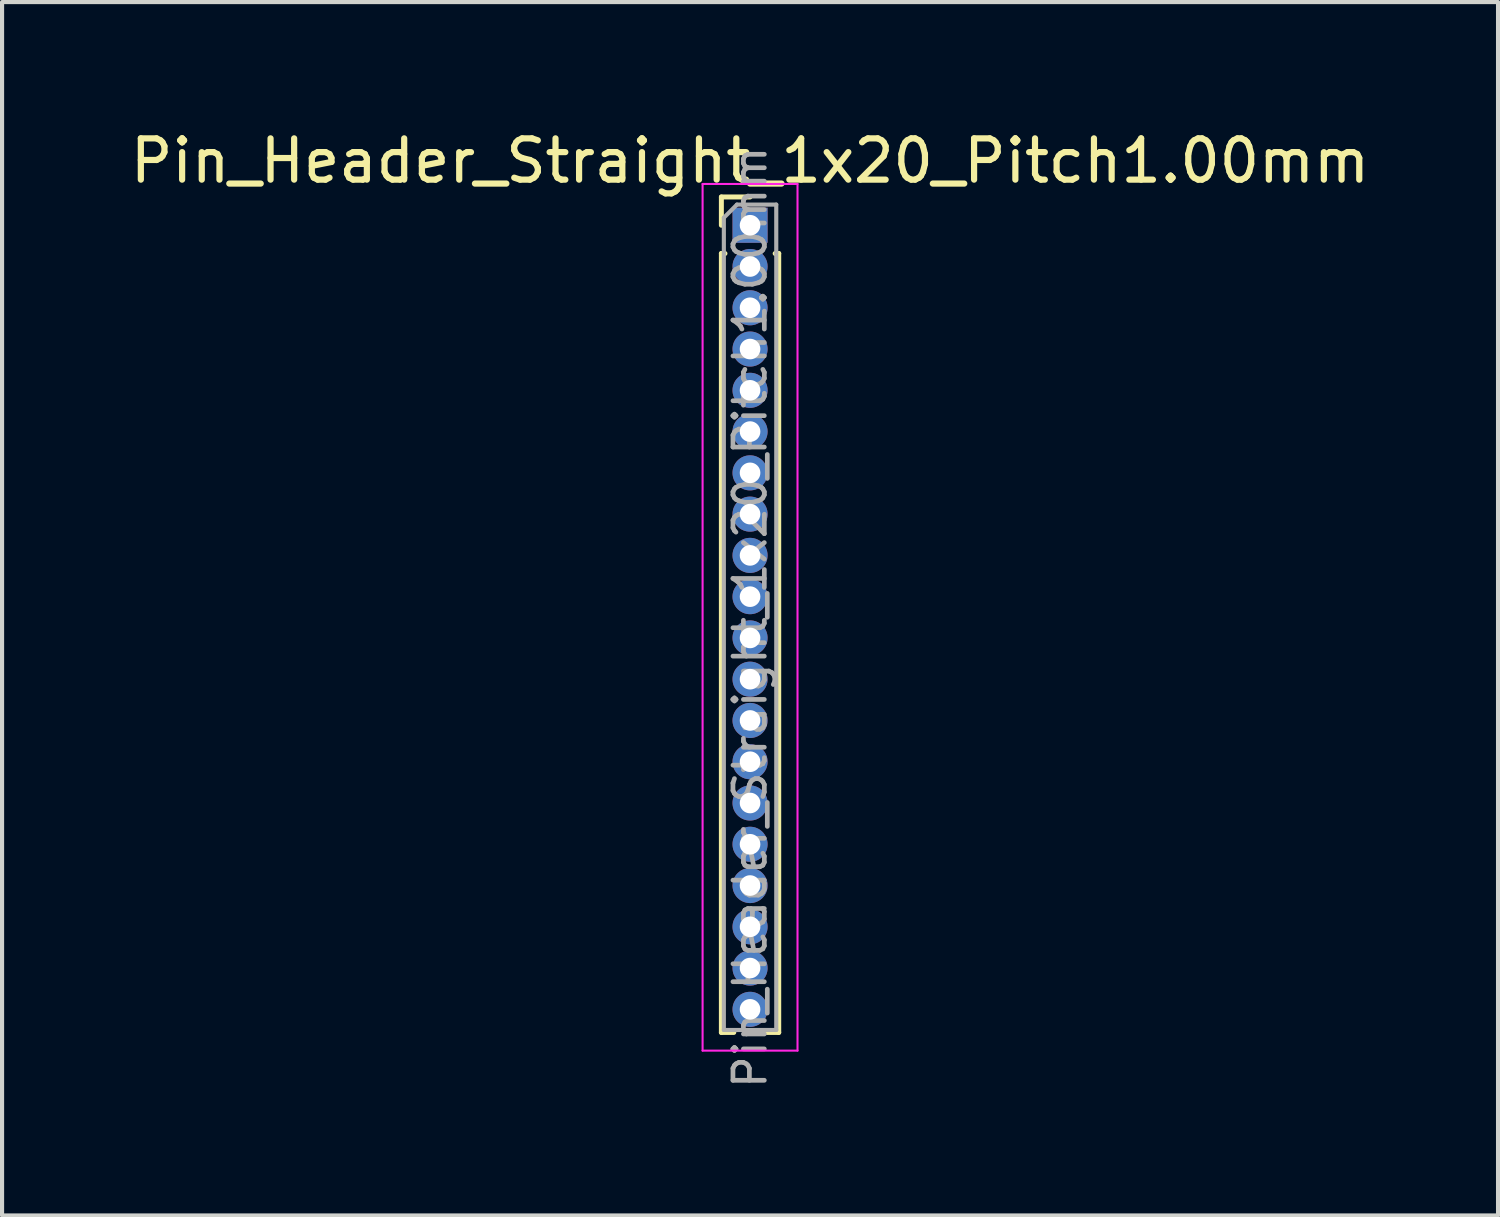
<source format=kicad_pcb>
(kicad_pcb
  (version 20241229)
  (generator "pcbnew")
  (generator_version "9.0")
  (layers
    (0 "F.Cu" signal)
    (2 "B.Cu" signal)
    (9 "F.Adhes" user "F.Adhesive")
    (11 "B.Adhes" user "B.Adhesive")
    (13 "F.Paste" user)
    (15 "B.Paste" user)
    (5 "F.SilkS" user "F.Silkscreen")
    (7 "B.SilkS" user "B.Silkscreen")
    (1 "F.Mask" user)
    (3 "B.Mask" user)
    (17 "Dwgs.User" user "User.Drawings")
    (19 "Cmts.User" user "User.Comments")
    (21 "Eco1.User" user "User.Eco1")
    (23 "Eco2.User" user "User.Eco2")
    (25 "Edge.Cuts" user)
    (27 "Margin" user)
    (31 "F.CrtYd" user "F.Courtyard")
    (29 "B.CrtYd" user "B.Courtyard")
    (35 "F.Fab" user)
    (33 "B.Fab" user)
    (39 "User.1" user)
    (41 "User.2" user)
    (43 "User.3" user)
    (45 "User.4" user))
  (footprint "Pin_Header_Straight_1x20_Pitch1.00mm"
    (layer "F.Cu")
    (at 15.125 2.408)
    (property "Reference" "Pin_Header_Straight_1x20_Pitch1.00mm" (at 0 -1.56 0) (layer "F.SilkS") (effects (font (size 1 1) (thickness 0.15))))
    (attr through_hole)
    (fp_line (start -0.695 -0.685) (end 0 -0.685) (stroke (width 0.12) (type solid)) (layer "F.SilkS"))
    (fp_line (start -0.695 0) (end -0.695 -0.685) (stroke (width 0.12) (type solid)) (layer "F.SilkS"))
    (fp_line (start -0.695 0.685) (end -0.695 19.56) (stroke (width 0.12) (type solid)) (layer "F.SilkS"))
    (fp_line (start -0.695 0.685) (end -0.608 0.685) (stroke (width 0.12) (type solid)) (layer "F.SilkS"))
    (fp_line (start -0.695 19.56) (end -0.394 19.56) (stroke (width 0.12) (type solid)) (layer "F.SilkS"))
    (fp_line (start 0.394 19.56) (end 0.695 19.56) (stroke (width 0.12) (type solid)) (layer "F.SilkS"))
    (fp_line (start 0.608 0.685) (end 0.695 0.685) (stroke (width 0.12) (type solid)) (layer "F.SilkS"))
    (fp_line (start 0.695 0.685) (end 0.695 19.56) (stroke (width 0.12) (type solid)) (layer "F.SilkS"))
    (fp_line (start -1.15 -1) (end -1.15 20) (stroke (width 0.05) (type solid)) (layer "F.CrtYd"))
    (fp_line (start -1.15 20) (end 1.15 20) (stroke (width 0.05) (type solid)) (layer "F.CrtYd"))
    (fp_line (start 1.15 -1) (end -1.15 -1) (stroke (width 0.05) (type solid)) (layer "F.CrtYd"))
    (fp_line (start 1.15 20) (end 1.15 -1) (stroke (width 0.05) (type solid)) (layer "F.CrtYd"))
    (fp_line (start -0.635 -0.182) (end -0.318 -0.5) (stroke (width 0.1) (type solid)) (layer "F.Fab"))
    (fp_line (start -0.635 19.5) (end -0.635 -0.182) (stroke (width 0.1) (type solid)) (layer "F.Fab"))
    (fp_line (start -0.318 -0.5) (end 0.635 -0.5) (stroke (width 0.1) (type solid)) (layer "F.Fab"))
    (fp_line (start 0.635 -0.5) (end 0.635 19.5) (stroke (width 0.1) (type solid)) (layer "F.Fab"))
    (fp_line (start 0.635 19.5) (end -0.635 19.5) (stroke (width 0.1) (type solid)) (layer "F.Fab"))
    (fp_text user "${REFERENCE}" (at 0 9.5 90) (layer "F.Fab") (effects (font (size 0.76 0.76) (thickness 0.114))))
    (pad "1" thru_hole rect (at 0 0) (size 0.85 0.85) (drill 0.5) (layers "*.Cu" "*.Mask"))
    (pad "2" thru_hole oval (at 0 1) (size 0.85 0.85) (drill 0.5) (layers "*.Cu" "*.Mask"))
    (pad "3" thru_hole oval (at 0 2) (size 0.85 0.85) (drill 0.5) (layers "*.Cu" "*.Mask"))
    (pad "4" thru_hole oval (at 0 3) (size 0.85 0.85) (drill 0.5) (layers "*.Cu" "*.Mask"))
    (pad "5" thru_hole oval (at 0 4) (size 0.85 0.85) (drill 0.5) (layers "*.Cu" "*.Mask"))
    (pad "6" thru_hole oval (at 0 5) (size 0.85 0.85) (drill 0.5) (layers "*.Cu" "*.Mask"))
    (pad "7" thru_hole oval (at 0 6) (size 0.85 0.85) (drill 0.5) (layers "*.Cu" "*.Mask"))
    (pad "8" thru_hole oval (at 0 7) (size 0.85 0.85) (drill 0.5) (layers "*.Cu" "*.Mask"))
    (pad "9" thru_hole oval (at 0 8) (size 0.85 0.85) (drill 0.5) (layers "*.Cu" "*.Mask"))
    (pad "10" thru_hole oval (at 0 9) (size 0.85 0.85) (drill 0.5) (layers "*.Cu" "*.Mask"))
    (pad "11" thru_hole oval (at 0 10) (size 0.85 0.85) (drill 0.5) (layers "*.Cu" "*.Mask"))
    (pad "12" thru_hole oval (at 0 11) (size 0.85 0.85) (drill 0.5) (layers "*.Cu" "*.Mask"))
    (pad "13" thru_hole oval (at 0 12) (size 0.85 0.85) (drill 0.5) (layers "*.Cu" "*.Mask"))
    (pad "14" thru_hole oval (at 0 13) (size 0.85 0.85) (drill 0.5) (layers "*.Cu" "*.Mask"))
    (pad "15" thru_hole oval (at 0 14) (size 0.85 0.85) (drill 0.5) (layers "*.Cu" "*.Mask"))
    (pad "16" thru_hole oval (at 0 15) (size 0.85 0.85) (drill 0.5) (layers "*.Cu" "*.Mask"))
    (pad "17" thru_hole oval (at 0 16) (size 0.85 0.85) (drill 0.5) (layers "*.Cu" "*.Mask"))
    (pad "18" thru_hole oval (at 0 17) (size 0.85 0.85) (drill 0.5) (layers "*.Cu" "*.Mask"))
    (pad "19" thru_hole oval (at 0 18) (size 0.85 0.85) (drill 0.5) (layers "*.Cu" "*.Mask"))
    (pad "20" thru_hole oval (at 0 19) (size 0.85 0.85) (drill 0.5) (layers "*.Cu" "*.Mask")))
  (gr_rect
    (start -3 -3)
    (end 33.25 26.403)
    (stroke (width 0.1) (type default))
    (fill no)
    (layer "Edge.Cuts")))
</source>
